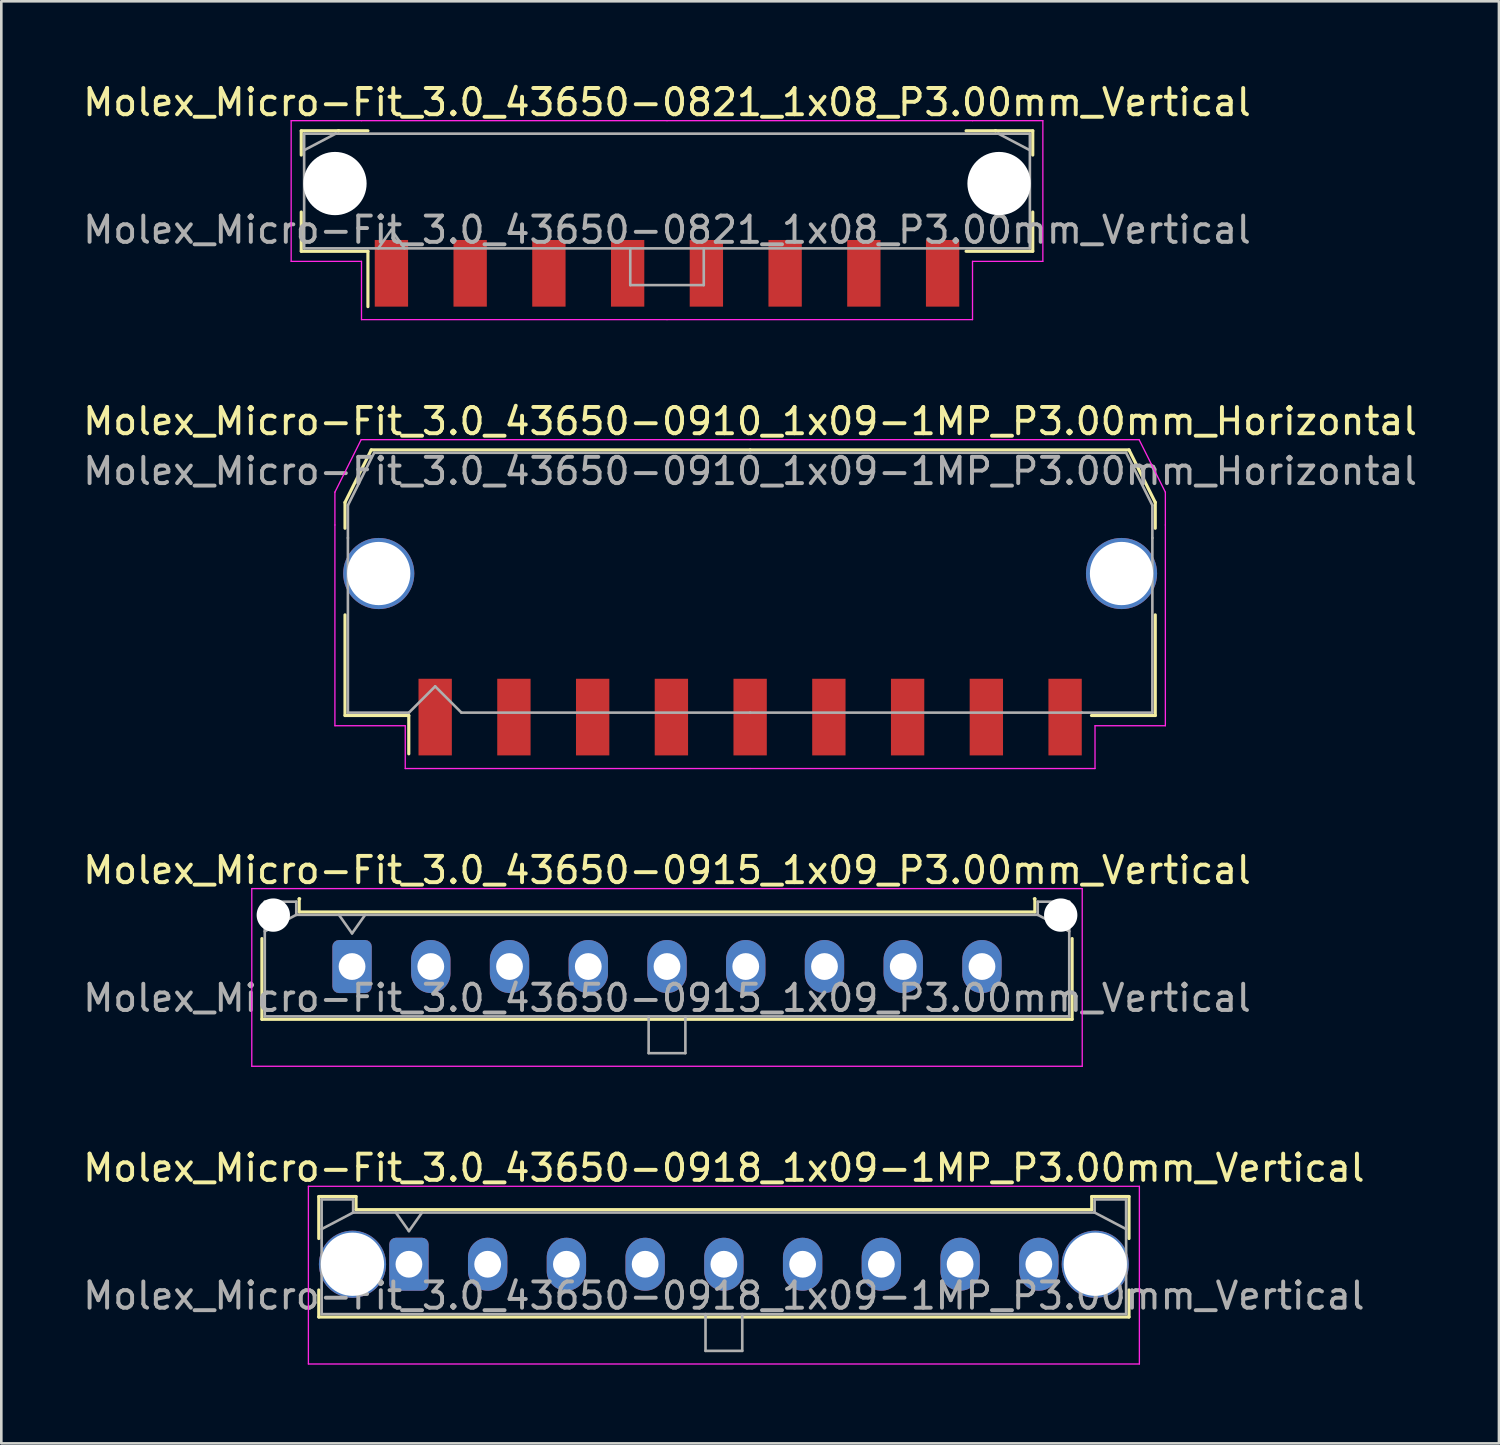
<source format=kicad_pcb>
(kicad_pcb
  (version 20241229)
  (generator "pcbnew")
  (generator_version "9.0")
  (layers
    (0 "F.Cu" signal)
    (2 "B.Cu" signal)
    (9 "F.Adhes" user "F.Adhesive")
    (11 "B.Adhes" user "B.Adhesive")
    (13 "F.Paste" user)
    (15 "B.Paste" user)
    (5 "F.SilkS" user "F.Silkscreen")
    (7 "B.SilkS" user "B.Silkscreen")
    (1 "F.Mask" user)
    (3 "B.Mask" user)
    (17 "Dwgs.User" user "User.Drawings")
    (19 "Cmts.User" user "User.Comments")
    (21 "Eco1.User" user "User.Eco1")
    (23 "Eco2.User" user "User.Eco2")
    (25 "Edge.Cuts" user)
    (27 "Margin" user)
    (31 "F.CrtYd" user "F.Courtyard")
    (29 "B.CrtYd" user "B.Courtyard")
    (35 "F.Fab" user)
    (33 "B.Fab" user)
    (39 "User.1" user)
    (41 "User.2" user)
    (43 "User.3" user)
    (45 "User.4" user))
  (footprint "Molex_Micro-Fit_3.0_43650-0910_1x09-1MP_P3.00mm_Horizontal"
    (layer "F.Cu")
    (at 25.53 19.151)
    (property "Reference" "Molex_Micro-Fit_3.0_43650-0910_1x09-1MP_P3.00mm_Horizontal" (at 0 -6.15 0) (layer "F.SilkS") (effects (font (size 1 1) (thickness 0.15))))
    (attr smd)
    (fp_line (start -15.435 -3.06) (end -15.435 -2.075) (stroke (width 0.12) (type solid)) (layer "F.SilkS"))
    (fp_line (start -15.435 1.225) (end -15.435 5.06) (stroke (width 0.12) (type solid)) (layer "F.SilkS"))
    (fp_line (start -15.435 5.06) (end -13.005 5.06) (stroke (width 0.12) (type solid)) (layer "F.SilkS"))
    (fp_line (start -14.435 -5.06) (end -15.435 -3.06) (stroke (width 0.12) (type solid)) (layer "F.SilkS"))
    (fp_line (start -13.005 5.06) (end -13.005 6.52) (stroke (width 0.12) (type solid)) (layer "F.SilkS"))
    (fp_line (start 0 -5.06) (end -14.435 -5.06) (stroke (width 0.12) (type solid)) (layer "F.SilkS"))
    (fp_line (start 0 -5.06) (end 14.435 -5.06) (stroke (width 0.12) (type solid)) (layer "F.SilkS"))
    (fp_line (start 14.435 -5.06) (end 15.435 -3.06) (stroke (width 0.12) (type solid)) (layer "F.SilkS"))
    (fp_line (start 15.435 -3.06) (end 15.435 -2.075) (stroke (width 0.12) (type solid)) (layer "F.SilkS"))
    (fp_line (start 15.435 1.225) (end 15.435 5.06) (stroke (width 0.12) (type solid)) (layer "F.SilkS"))
    (fp_line (start 15.435 5.06) (end 13.005 5.06) (stroke (width 0.12) (type solid)) (layer "F.SilkS"))
    (fp_line (start -15.82 -3.45) (end -15.82 -2.2) (stroke (width 0.05) (type solid)) (layer "F.CrtYd"))
    (fp_line (start -15.82 -2.2) (end -15.82 5.45) (stroke (width 0.05) (type solid)) (layer "F.CrtYd"))
    (fp_line (start -15.82 5.45) (end -13.14 5.45) (stroke (width 0.05) (type solid)) (layer "F.CrtYd"))
    (fp_line (start -14.82 -5.45) (end -15.82 -3.45) (stroke (width 0.05) (type solid)) (layer "F.CrtYd"))
    (fp_line (start -13.14 5.45) (end -13.14 7.08) (stroke (width 0.05) (type solid)) (layer "F.CrtYd"))
    (fp_line (start -13.14 7.08) (end 0 7.08) (stroke (width 0.05) (type solid)) (layer "F.CrtYd"))
    (fp_line (start 0 -5.45) (end -14.82 -5.45) (stroke (width 0.05) (type solid)) (layer "F.CrtYd"))
    (fp_line (start 0 -5.45) (end 14.82 -5.45) (stroke (width 0.05) (type solid)) (layer "F.CrtYd"))
    (fp_line (start 13.14 5.45) (end 13.14 7.08) (stroke (width 0.05) (type solid)) (layer "F.CrtYd"))
    (fp_line (start 13.14 7.08) (end 0 7.08) (stroke (width 0.05) (type solid)) (layer "F.CrtYd"))
    (fp_line (start 14.82 -5.45) (end 15.82 -3.45) (stroke (width 0.05) (type solid)) (layer "F.CrtYd"))
    (fp_line (start 15.82 -3.45) (end 15.82 -2.2) (stroke (width 0.05) (type solid)) (layer "F.CrtYd"))
    (fp_line (start 15.82 -2.2) (end 15.82 5.45) (stroke (width 0.05) (type solid)) (layer "F.CrtYd"))
    (fp_line (start 15.82 5.45) (end 13.14 5.45) (stroke (width 0.05) (type solid)) (layer "F.CrtYd"))
    (fp_line (start -15.325 -2.95) (end -15.325 -1.705) (stroke (width 0.1) (type solid)) (layer "F.Fab"))
    (fp_line (start -15.325 -1.705) (end -15.325 4.95) (stroke (width 0.1) (type solid)) (layer "F.Fab"))
    (fp_line (start -15.325 4.95) (end -13 4.95) (stroke (width 0.1) (type solid)) (layer "F.Fab"))
    (fp_line (start -14.325 -4.95) (end -15.325 -2.95) (stroke (width 0.1) (type solid)) (layer "F.Fab"))
    (fp_line (start -13 4.95) (end -12 3.95) (stroke (width 0.1) (type solid)) (layer "F.Fab"))
    (fp_line (start -12 3.95) (end -11 4.95) (stroke (width 0.1) (type solid)) (layer "F.Fab"))
    (fp_line (start -11 4.95) (end 0 4.95) (stroke (width 0.1) (type solid)) (layer "F.Fab"))
    (fp_line (start 0 -4.95) (end -14.325 -4.95) (stroke (width 0.1) (type solid)) (layer "F.Fab"))
    (fp_line (start 0 -4.95) (end 14.325 -4.95) (stroke (width 0.1) (type solid)) (layer "F.Fab"))
    (fp_line (start 12.635 4.95) (end 0 4.95) (stroke (width 0.1) (type solid)) (layer "F.Fab"))
    (fp_line (start 14.325 -4.95) (end 15.325 -2.95) (stroke (width 0.1) (type solid)) (layer "F.Fab"))
    (fp_line (start 15.325 -2.95) (end 15.325 -1.705) (stroke (width 0.1) (type solid)) (layer "F.Fab"))
    (fp_line (start 15.325 -1.705) (end 15.325 4.95) (stroke (width 0.1) (type solid)) (layer "F.Fab"))
    (fp_line (start 15.325 4.95) (end 12.635 4.95) (stroke (width 0.1) (type solid)) (layer "F.Fab"))
    (fp_text user "${REFERENCE}" (at 0 -4.25 0) (layer "F.Fab") (effects (font (size 1 1) (thickness 0.15))))
    (pad "1" smd rect (at -12 5.12) (size 1.27 2.92) (layers "F.Cu" "F.Mask" "F.Paste"))
    (pad "2" smd rect (at -9 5.12) (size 1.27 2.92) (layers "F.Cu" "F.Mask" "F.Paste"))
    (pad "3" smd rect (at -6 5.12) (size 1.27 2.92) (layers "F.Cu" "F.Mask" "F.Paste"))
    (pad "4" smd rect (at -3 5.12) (size 1.27 2.92) (layers "F.Cu" "F.Mask" "F.Paste"))
    (pad "5" smd rect (at 0 5.12) (size 1.27 2.92) (layers "F.Cu" "F.Mask" "F.Paste"))
    (pad "6" smd rect (at 3 5.12) (size 1.27 2.92) (layers "F.Cu" "F.Mask" "F.Paste"))
    (pad "7" smd rect (at 6 5.12) (size 1.27 2.92) (layers "F.Cu" "F.Mask" "F.Paste"))
    (pad "8" smd rect (at 9 5.12) (size 1.27 2.92) (layers "F.Cu" "F.Mask" "F.Paste"))
    (pad "9" smd rect (at 12 5.12) (size 1.27 2.92) (layers "F.Cu" "F.Mask" "F.Paste"))
    (pad "MP" thru_hole circle (at -14.15 -0.35) (size 2.71 2.71) (drill 2.41) (layers "*.Cu" "*.Mask"))
    (pad "MP" thru_hole circle (at 14.15 -0.35) (size 2.71 2.71) (drill 2.41) (layers "*.Cu" "*.Mask")))
  (footprint "Molex_Micro-Fit_3.0_43650-0915_1x09_P3.00mm_Vertical"
    (layer "F.Cu")
    (at 10.363 33.775)
    (property "Reference" "Molex_Micro-Fit_3.0_43650-0915_1x09_P3.00mm_Vertical" (at 12 -3.67 0) (layer "F.SilkS") (effects (font (size 1 1) (thickness 0.15))))
    (attr through_hole)
    (fp_line (start -3.435 -1.065) (end -3.435 2.01) (stroke (width 0.12) (type solid)) (layer "F.SilkS"))
    (fp_line (start -3.435 2.01) (end 27.435 2.01) (stroke (width 0.12) (type solid)) (layer "F.SilkS"))
    (fp_line (start -2.015 -2.58) (end -2.015 -2.08) (stroke (width 0.12) (type solid)) (layer "F.SilkS"))
    (fp_line (start -2.015 -2.08) (end 26.015 -2.08) (stroke (width 0.12) (type solid)) (layer "F.SilkS"))
    (fp_line (start -1.995 -2.58) (end -2.015 -2.58) (stroke (width 0.12) (type solid)) (layer "F.SilkS"))
    (fp_line (start 26.015 -2.58) (end 25.995 -2.58) (stroke (width 0.12) (type solid)) (layer "F.SilkS"))
    (fp_line (start 26.015 -2.08) (end 26.015 -2.58) (stroke (width 0.12) (type solid)) (layer "F.SilkS"))
    (fp_line (start 27.435 2.01) (end 27.435 -1.065) (stroke (width 0.12) (type solid)) (layer "F.SilkS"))
    (fp_line (start -3.82 -2.97) (end 27.82 -2.97) (stroke (width 0.05) (type solid)) (layer "F.CrtYd"))
    (fp_line (start -3.82 3.8) (end -3.82 -2.97) (stroke (width 0.05) (type solid)) (layer "F.CrtYd"))
    (fp_line (start 27.82 -2.97) (end 27.82 3.8) (stroke (width 0.05) (type solid)) (layer "F.CrtYd"))
    (fp_line (start 27.82 3.8) (end -3.82 3.8) (stroke (width 0.05) (type solid)) (layer "F.CrtYd"))
    (fp_line (start -3.325 -2.47) (end -3.325 1.9) (stroke (width 0.1) (type solid)) (layer "F.Fab"))
    (fp_line (start -3.325 -1.34) (end -2.125 -1.97) (stroke (width 0.1) (type solid)) (layer "F.Fab"))
    (fp_line (start -3.325 1.9) (end 27.325 1.9) (stroke (width 0.1) (type solid)) (layer "F.Fab"))
    (fp_line (start -2.125 -2.47) (end -3.325 -2.47) (stroke (width 0.1) (type solid)) (layer "F.Fab"))
    (fp_line (start -2.125 -1.97) (end -2.125 -2.47) (stroke (width 0.1) (type solid)) (layer "F.Fab"))
    (fp_line (start -0.5 -1.97) (end 0 -1.263) (stroke (width 0.1) (type solid)) (layer "F.Fab"))
    (fp_line (start 0 -1.263) (end 0.5 -1.97) (stroke (width 0.1) (type solid)) (layer "F.Fab"))
    (fp_line (start 11.3 1.9) (end 11.3 3.3) (stroke (width 0.1) (type solid)) (layer "F.Fab"))
    (fp_line (start 11.3 3.3) (end 12.7 3.3) (stroke (width 0.1) (type solid)) (layer "F.Fab"))
    (fp_line (start 12.7 3.3) (end 12.7 1.9) (stroke (width 0.1) (type solid)) (layer "F.Fab"))
    (fp_line (start 26.125 -2.47) (end 26.125 -1.97) (stroke (width 0.1) (type solid)) (layer "F.Fab"))
    (fp_line (start 26.125 -1.97) (end -2.125 -1.97) (stroke (width 0.1) (type solid)) (layer "F.Fab"))
    (fp_line (start 27.325 -2.47) (end 26.125 -2.47) (stroke (width 0.1) (type solid)) (layer "F.Fab"))
    (fp_line (start 27.325 -1.34) (end 26.125 -1.97) (stroke (width 0.1) (type solid)) (layer "F.Fab"))
    (fp_line (start 27.325 1.9) (end 27.325 -2.47) (stroke (width 0.1) (type solid)) (layer "F.Fab"))
    (fp_text user "${REFERENCE}" (at 12 1.2 0) (layer "F.Fab") (effects (font (size 1 1) (thickness 0.15))))
    (pad "" np_thru_hole circle (at -3 -1.96) (size 1.27 1.27) (drill 1.27) (layers "*.Cu" "*.Mask"))
    (pad "" np_thru_hole circle (at 27 -1.96) (size 1.27 1.27) (drill 1.27) (layers "*.Cu" "*.Mask"))
    (pad "1" thru_hole roundrect (at 0 0) (size 1.5 2.02) (drill 1.02) (layers "*.Cu" "*.Mask") (roundrect_rratio 0.167))
    (pad "2" thru_hole oval (at 3 0) (size 1.5 2.02) (drill 1.02) (layers "*.Cu" "*.Mask"))
    (pad "3" thru_hole oval (at 6 0) (size 1.5 2.02) (drill 1.02) (layers "*.Cu" "*.Mask"))
    (pad "4" thru_hole oval (at 9 0) (size 1.5 2.02) (drill 1.02) (layers "*.Cu" "*.Mask"))
    (pad "5" thru_hole oval (at 12 0) (size 1.5 2.02) (drill 1.02) (layers "*.Cu" "*.Mask"))
    (pad "6" thru_hole oval (at 15 0) (size 1.5 2.02) (drill 1.02) (layers "*.Cu" "*.Mask"))
    (pad "7" thru_hole oval (at 18 0) (size 1.5 2.02) (drill 1.02) (layers "*.Cu" "*.Mask"))
    (pad "8" thru_hole oval (at 21 0) (size 1.5 2.02) (drill 1.02) (layers "*.Cu" "*.Mask"))
    (pad "9" thru_hole oval (at 24 0) (size 1.5 2.02) (drill 1.02) (layers "*.Cu" "*.Mask")))
  (footprint "Molex_Micro-Fit_3.0_43650-0918_1x09-1MP_P3.00mm_Vertical"
    (layer "F.Cu")
    (at 12.53 45.118)
    (property "Reference" "Molex_Micro-Fit_3.0_43650-0918_1x09-1MP_P3.00mm_Vertical" (at 12 -3.67 0) (layer "F.SilkS") (effects (font (size 1 1) (thickness 0.15))))
    (fp_line (start -3.435 -2.58) (end -2.015 -2.58) (stroke (width 0.12) (type solid)) (layer "F.SilkS"))
    (fp_line (start -3.435 -0.98) (end -3.435 -2.58) (stroke (width 0.12) (type solid)) (layer "F.SilkS"))
    (fp_line (start -3.435 0.98) (end -3.435 2.01) (stroke (width 0.12) (type solid)) (layer "F.SilkS"))
    (fp_line (start -3.435 2.01) (end 27.435 2.01) (stroke (width 0.12) (type solid)) (layer "F.SilkS"))
    (fp_line (start -2.015 -2.58) (end -2.015 -2.08) (stroke (width 0.12) (type solid)) (layer "F.SilkS"))
    (fp_line (start -2.015 -2.08) (end 26.015 -2.08) (stroke (width 0.12) (type solid)) (layer "F.SilkS"))
    (fp_line (start 26.015 -2.58) (end 27.435 -2.58) (stroke (width 0.12) (type solid)) (layer "F.SilkS"))
    (fp_line (start 26.015 -2.08) (end 26.015 -2.58) (stroke (width 0.12) (type solid)) (layer "F.SilkS"))
    (fp_line (start 27.435 -2.58) (end 27.435 -0.98) (stroke (width 0.12) (type solid)) (layer "F.SilkS"))
    (fp_line (start 27.435 2.01) (end 27.435 0.98) (stroke (width 0.12) (type solid)) (layer "F.SilkS"))
    (fp_line (start -3.83 -2.97) (end 27.83 -2.97) (stroke (width 0.05) (type solid)) (layer "F.CrtYd"))
    (fp_line (start -3.83 3.8) (end -3.83 -2.97) (stroke (width 0.05) (type solid)) (layer "F.CrtYd"))
    (fp_line (start 27.83 -2.97) (end 27.83 3.8) (stroke (width 0.05) (type solid)) (layer "F.CrtYd"))
    (fp_line (start 27.83 3.8) (end -3.83 3.8) (stroke (width 0.05) (type solid)) (layer "F.CrtYd"))
    (fp_line (start -3.325 -2.47) (end -3.325 1.9) (stroke (width 0.1) (type solid)) (layer "F.Fab"))
    (fp_line (start -3.325 -1.34) (end -2.125 -1.97) (stroke (width 0.1) (type solid)) (layer "F.Fab"))
    (fp_line (start -3.325 1.9) (end 27.325 1.9) (stroke (width 0.1) (type solid)) (layer "F.Fab"))
    (fp_line (start -2.125 -2.47) (end -3.325 -2.47) (stroke (width 0.1) (type solid)) (layer "F.Fab"))
    (fp_line (start -2.125 -1.97) (end -2.125 -2.47) (stroke (width 0.1) (type solid)) (layer "F.Fab"))
    (fp_line (start -0.5 -1.97) (end 0 -1.263) (stroke (width 0.1) (type solid)) (layer "F.Fab"))
    (fp_line (start 0 -1.263) (end 0.5 -1.97) (stroke (width 0.1) (type solid)) (layer "F.Fab"))
    (fp_line (start 11.3 1.9) (end 11.3 3.3) (stroke (width 0.1) (type solid)) (layer "F.Fab"))
    (fp_line (start 11.3 3.3) (end 12.7 3.3) (stroke (width 0.1) (type solid)) (layer "F.Fab"))
    (fp_line (start 12.7 3.3) (end 12.7 1.9) (stroke (width 0.1) (type solid)) (layer "F.Fab"))
    (fp_line (start 26.125 -2.47) (end 26.125 -1.97) (stroke (width 0.1) (type solid)) (layer "F.Fab"))
    (fp_line (start 26.125 -1.97) (end -2.125 -1.97) (stroke (width 0.1) (type solid)) (layer "F.Fab"))
    (fp_line (start 27.325 -2.47) (end 26.125 -2.47) (stroke (width 0.1) (type solid)) (layer "F.Fab"))
    (fp_line (start 27.325 -1.34) (end 26.125 -1.97) (stroke (width 0.1) (type solid)) (layer "F.Fab"))
    (fp_line (start 27.325 1.9) (end 27.325 -2.47) (stroke (width 0.1) (type solid)) (layer "F.Fab"))
    (fp_text user "${REFERENCE}" (at 12 1.2 0) (layer "F.Fab") (effects (font (size 1 1) (thickness 0.15))))
    (pad "1" thru_hole roundrect (at 0 0) (size 1.5 2.02) (drill 1.02) (layers "*.Cu" "*.Mask") (roundrect_rratio 0.167))
    (pad "2" thru_hole oval (at 3 0) (size 1.5 2.02) (drill 1.02) (layers "*.Cu" "*.Mask"))
    (pad "3" thru_hole oval (at 6 0) (size 1.5 2.02) (drill 1.02) (layers "*.Cu" "*.Mask"))
    (pad "4" thru_hole oval (at 9 0) (size 1.5 2.02) (drill 1.02) (layers "*.Cu" "*.Mask"))
    (pad "5" thru_hole oval (at 12 0) (size 1.5 2.02) (drill 1.02) (layers "*.Cu" "*.Mask"))
    (pad "6" thru_hole oval (at 15 0) (size 1.5 2.02) (drill 1.02) (layers "*.Cu" "*.Mask"))
    (pad "7" thru_hole oval (at 18 0) (size 1.5 2.02) (drill 1.02) (layers "*.Cu" "*.Mask"))
    (pad "8" thru_hole oval (at 21 0) (size 1.5 2.02) (drill 1.02) (layers "*.Cu" "*.Mask"))
    (pad "9" thru_hole oval (at 24 0) (size 1.5 2.02) (drill 1.02) (layers "*.Cu" "*.Mask"))
    (pad "MP" thru_hole circle (at -2.15 0) (size 2.56 2.56) (drill 2.41) (layers "*.Cu" "*.Mask"))
    (pad "MP" thru_hole circle (at 26.15 0) (size 2.56 2.56) (drill 2.41) (layers "*.Cu" "*.Mask")))
  (footprint "Molex_Micro-Fit_3.0_43650-0821_1x08_P3.00mm_Vertical"
    (layer "F.Cu")
    (at 22.363 4.228)
    (property "Reference" "Molex_Micro-Fit_3.0_43650-0821_1x08_P3.00mm_Vertical" (at 0 -3.38 0) (layer "F.SilkS") (effects (font (size 1 1) (thickness 0.15))))
    (attr smd)
    (fp_line (start -13.935 -2.295) (end -12.515 -2.295) (stroke (width 0.12) (type solid)) (layer "F.SilkS"))
    (fp_line (start -13.935 -1.37) (end -13.935 -2.295) (stroke (width 0.12) (type solid)) (layer "F.SilkS"))
    (fp_line (start -13.935 0.8) (end -13.935 2.295) (stroke (width 0.12) (type solid)) (layer "F.SilkS"))
    (fp_line (start -13.935 2.295) (end -11.395 2.295) (stroke (width 0.12) (type solid)) (layer "F.SilkS"))
    (fp_line (start -12.515 -2.295) (end -12.515 -2.295) (stroke (width 0.12) (type solid)) (layer "F.SilkS"))
    (fp_line (start -12.515 -2.295) (end -11.395 -2.295) (stroke (width 0.12) (type solid)) (layer "F.SilkS"))
    (fp_line (start -11.395 2.295) (end -11.395 4.405) (stroke (width 0.12) (type solid)) (layer "F.SilkS"))
    (fp_line (start 12.515 -2.295) (end 11.395 -2.295) (stroke (width 0.12) (type solid)) (layer "F.SilkS"))
    (fp_line (start 12.515 -2.295) (end 12.515 -2.295) (stroke (width 0.12) (type solid)) (layer "F.SilkS"))
    (fp_line (start 13.935 -2.295) (end 12.515 -2.295) (stroke (width 0.12) (type solid)) (layer "F.SilkS"))
    (fp_line (start 13.935 -1.37) (end 13.935 -2.295) (stroke (width 0.12) (type solid)) (layer "F.SilkS"))
    (fp_line (start 13.935 0.8) (end 13.935 2.295) (stroke (width 0.12) (type solid)) (layer "F.SilkS"))
    (fp_line (start 13.935 2.295) (end 11.395 2.295) (stroke (width 0.12) (type solid)) (layer "F.SilkS"))
    (fp_line (start -14.32 -2.68) (end -14.32 2.68) (stroke (width 0.05) (type solid)) (layer "F.CrtYd"))
    (fp_line (start -14.32 2.68) (end -11.64 2.68) (stroke (width 0.05) (type solid)) (layer "F.CrtYd"))
    (fp_line (start -11.64 -2.68) (end -14.32 -2.68) (stroke (width 0.05) (type solid)) (layer "F.CrtYd"))
    (fp_line (start -11.64 2.68) (end -11.64 4.9) (stroke (width 0.05) (type solid)) (layer "F.CrtYd"))
    (fp_line (start -11.64 4.9) (end 0 4.9) (stroke (width 0.05) (type solid)) (layer "F.CrtYd"))
    (fp_line (start 0 -2.68) (end -11.64 -2.68) (stroke (width 0.05) (type solid)) (layer "F.CrtYd"))
    (fp_line (start 0 -2.68) (end 11.64 -2.68) (stroke (width 0.05) (type solid)) (layer "F.CrtYd"))
    (fp_line (start 11.64 -2.68) (end 14.32 -2.68) (stroke (width 0.05) (type solid)) (layer "F.CrtYd"))
    (fp_line (start 11.64 2.68) (end 11.64 4.9) (stroke (width 0.05) (type solid)) (layer "F.CrtYd"))
    (fp_line (start 11.64 4.9) (end 0 4.9) (stroke (width 0.05) (type solid)) (layer "F.CrtYd"))
    (fp_line (start 14.32 -2.68) (end 14.32 2.68) (stroke (width 0.05) (type solid)) (layer "F.CrtYd"))
    (fp_line (start 14.32 2.68) (end 11.64 2.68) (stroke (width 0.05) (type solid)) (layer "F.CrtYd"))
    (fp_line (start -13.825 -2.185) (end -13.825 2.185) (stroke (width 0.1) (type solid)) (layer "F.Fab"))
    (fp_line (start -13.825 -1.555) (end -12.625 -2.185) (stroke (width 0.1) (type solid)) (layer "F.Fab"))
    (fp_line (start -13.825 2.185) (end 13.825 2.185) (stroke (width 0.1) (type solid)) (layer "F.Fab"))
    (fp_line (start -12.625 -2.185) (end -13.825 -2.185) (stroke (width 0.1) (type solid)) (layer "F.Fab"))
    (fp_line (start -12.625 -2.185) (end -12.625 -2.185) (stroke (width 0.1) (type solid)) (layer "F.Fab"))
    (fp_line (start -11 2.185) (end -10.5 1.478) (stroke (width 0.1) (type solid)) (layer "F.Fab"))
    (fp_line (start -10.5 1.478) (end -10 2.185) (stroke (width 0.1) (type solid)) (layer "F.Fab"))
    (fp_line (start -1.4 2.185) (end -1.4 3.585) (stroke (width 0.1) (type solid)) (layer "F.Fab"))
    (fp_line (start -1.4 3.585) (end 1.4 3.585) (stroke (width 0.1) (type solid)) (layer "F.Fab"))
    (fp_line (start 1.4 3.585) (end 1.4 2.185) (stroke (width 0.1) (type solid)) (layer "F.Fab"))
    (fp_line (start 12.625 -2.185) (end -12.625 -2.185) (stroke (width 0.1) (type solid)) (layer "F.Fab"))
    (fp_line (start 12.625 -2.185) (end 12.625 -2.185) (stroke (width 0.1) (type solid)) (layer "F.Fab"))
    (fp_line (start 13.825 -2.185) (end 12.625 -2.185) (stroke (width 0.1) (type solid)) (layer "F.Fab"))
    (fp_line (start 13.825 -1.555) (end 12.625 -2.185) (stroke (width 0.1) (type solid)) (layer "F.Fab"))
    (fp_line (start 13.825 2.185) (end 13.825 -2.185) (stroke (width 0.1) (type solid)) (layer "F.Fab"))
    (fp_text user "${REFERENCE}" (at 0 1.48 0) (layer "F.Fab") (effects (font (size 1 1) (thickness 0.15))))
    (pad "" np_thru_hole circle (at -12.65 -0.285) (size 2.41 2.41) (drill 2.41) (layers "*.Cu" "*.Mask"))
    (pad "" np_thru_hole circle (at 12.65 -0.285) (size 2.41 2.41) (drill 2.41) (layers "*.Cu" "*.Mask"))
    (pad "1" smd rect (at -10.5 3.135) (size 1.27 2.54) (layers "F.Cu" "F.Mask" "F.Paste"))
    (pad "2" smd rect (at -7.5 3.135) (size 1.27 2.54) (layers "F.Cu" "F.Mask" "F.Paste"))
    (pad "3" smd rect (at -4.5 3.135) (size 1.27 2.54) (layers "F.Cu" "F.Mask" "F.Paste"))
    (pad "4" smd rect (at -1.5 3.135) (size 1.27 2.54) (layers "F.Cu" "F.Mask" "F.Paste"))
    (pad "5" smd rect (at 1.5 3.135) (size 1.27 2.54) (layers "F.Cu" "F.Mask" "F.Paste"))
    (pad "6" smd rect (at 4.5 3.135) (size 1.27 2.54) (layers "F.Cu" "F.Mask" "F.Paste"))
    (pad "7" smd rect (at 7.5 3.135) (size 1.27 2.54) (layers "F.Cu" "F.Mask" "F.Paste"))
    (pad "8" smd rect (at 10.5 3.135) (size 1.27 2.54) (layers "F.Cu" "F.Mask" "F.Paste")))
  (gr_rect
    (start -3 -3)
    (end 54.06 51.943)
    (stroke (width 0.1) (type default))
    (fill no)
    (layer "Edge.Cuts")))
</source>
